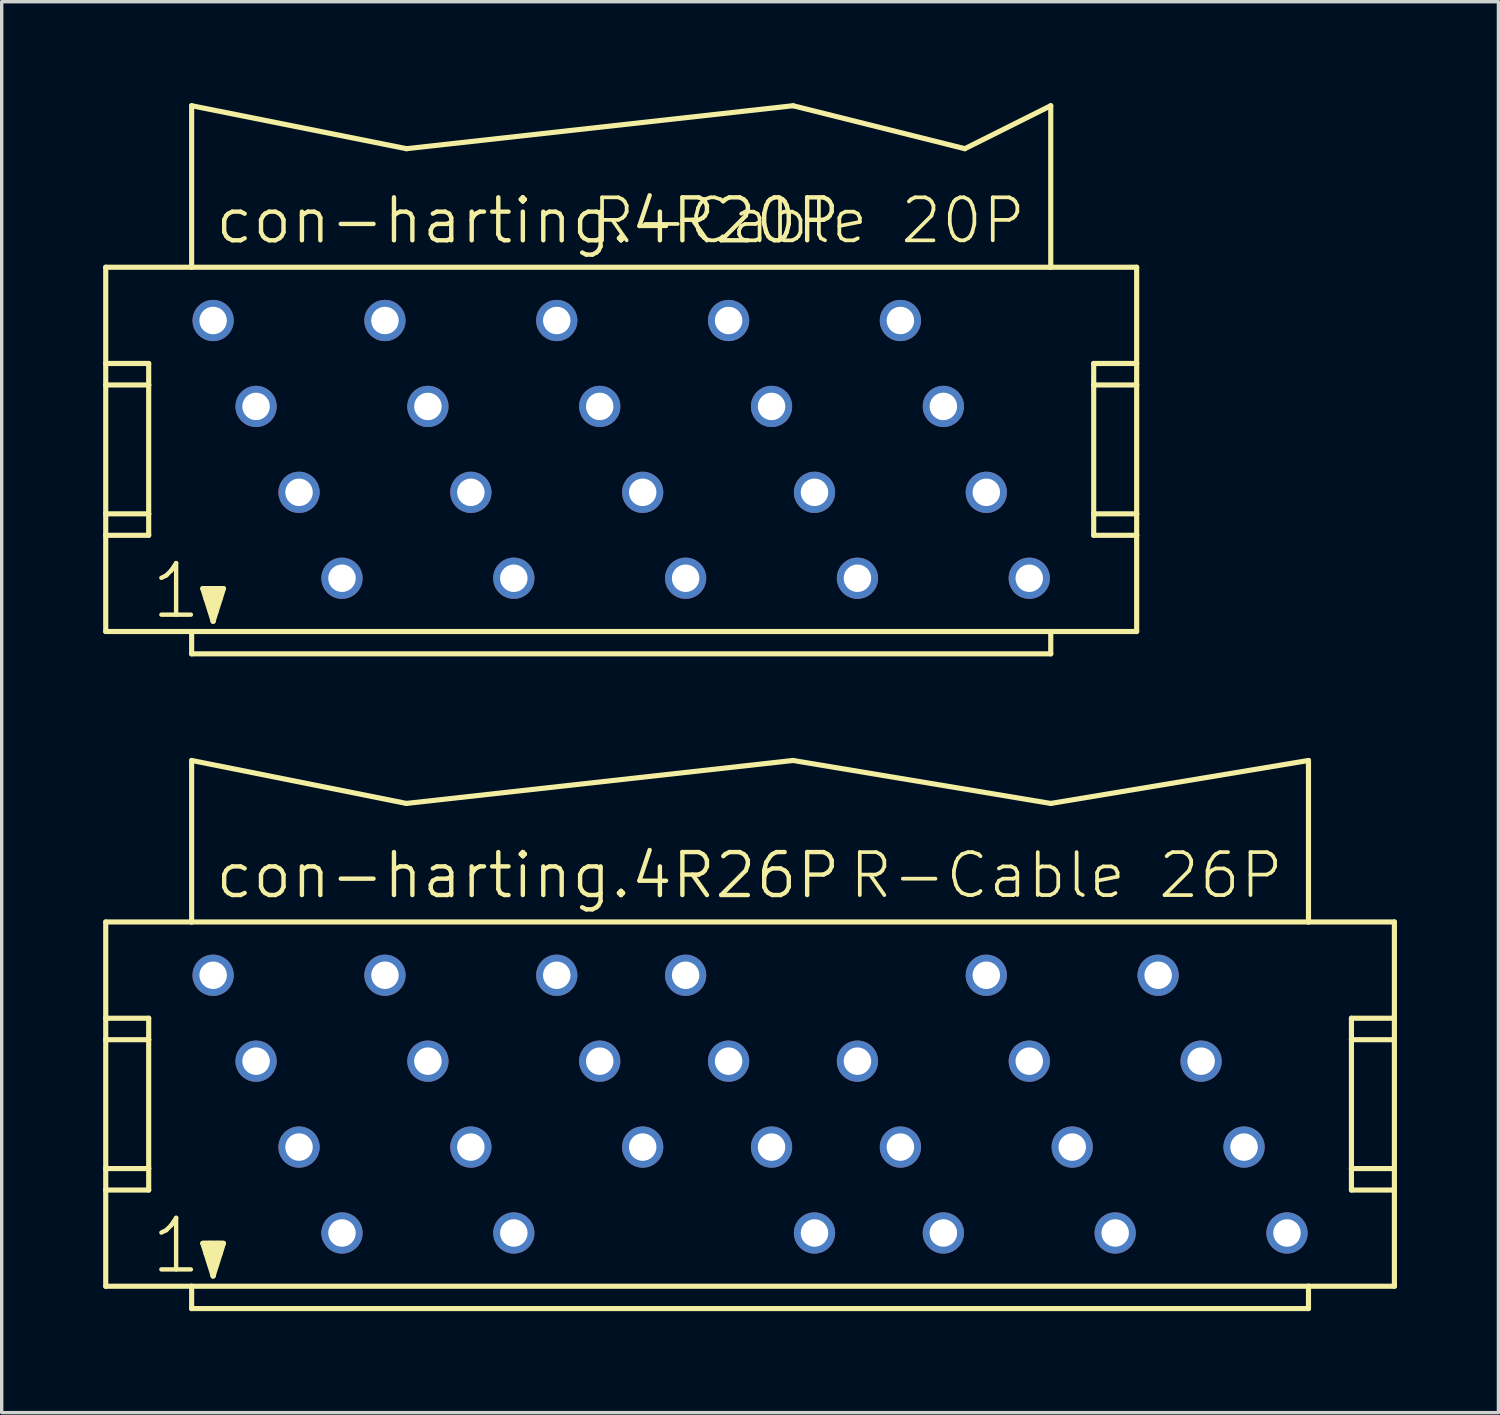
<source format=kicad_pcb>
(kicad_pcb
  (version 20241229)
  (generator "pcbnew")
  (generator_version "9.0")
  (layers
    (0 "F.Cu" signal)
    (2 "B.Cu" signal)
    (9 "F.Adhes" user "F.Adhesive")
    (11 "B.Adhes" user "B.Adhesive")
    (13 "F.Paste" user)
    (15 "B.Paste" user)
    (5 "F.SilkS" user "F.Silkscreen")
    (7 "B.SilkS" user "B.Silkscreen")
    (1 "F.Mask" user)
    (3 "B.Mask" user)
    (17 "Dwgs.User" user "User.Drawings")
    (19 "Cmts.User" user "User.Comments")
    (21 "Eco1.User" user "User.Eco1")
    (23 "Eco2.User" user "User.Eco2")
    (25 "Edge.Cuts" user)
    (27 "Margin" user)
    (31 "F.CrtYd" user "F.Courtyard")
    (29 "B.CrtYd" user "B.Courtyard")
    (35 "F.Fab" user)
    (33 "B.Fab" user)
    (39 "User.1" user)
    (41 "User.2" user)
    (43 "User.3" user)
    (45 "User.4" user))
  (footprint "con-harting.4R20P"
    (layer "F.Cu")
    (at 15.316 10.236)
    (property "Reference" "con-harting.4R20P" (at -12.065 -6.02 0) (layer "F.SilkS") (effects (font (size 1.27 1.27) (thickness 0.13)) (justify left bottom)))
    (attr through_hole)
    (fp_line (start -15.24 -5.385) (end -15.24 -2.54) (stroke (width 0.152) (type default)) (layer "F.SilkS"))
    (fp_line (start -15.24 -2.54) (end -15.24 -1.905) (stroke (width 0.152) (type default)) (layer "F.SilkS"))
    (fp_line (start -15.24 -2.54) (end -13.97 -2.54) (stroke (width 0.152) (type default)) (layer "F.SilkS"))
    (fp_line (start -15.24 -1.905) (end -15.24 1.905) (stroke (width 0.152) (type default)) (layer "F.SilkS"))
    (fp_line (start -15.24 -1.905) (end -13.97 -1.905) (stroke (width 0.152) (type default)) (layer "F.SilkS"))
    (fp_line (start -15.24 1.905) (end -15.24 2.54) (stroke (width 0.152) (type default)) (layer "F.SilkS"))
    (fp_line (start -15.24 1.905) (end -13.97 1.905) (stroke (width 0.152) (type default)) (layer "F.SilkS"))
    (fp_line (start -15.24 2.54) (end -15.24 5.385) (stroke (width 0.152) (type default)) (layer "F.SilkS"))
    (fp_line (start -15.24 5.385) (end -12.7 5.385) (stroke (width 0.152) (type default)) (layer "F.SilkS"))
    (fp_line (start -13.97 -2.54) (end -13.97 -1.905) (stroke (width 0.152) (type default)) (layer "F.SilkS"))
    (fp_line (start -13.97 -1.905) (end -13.97 1.905) (stroke (width 0.152) (type default)) (layer "F.SilkS"))
    (fp_line (start -13.97 1.905) (end -13.97 2.54) (stroke (width 0.152) (type default)) (layer "F.SilkS"))
    (fp_line (start -13.97 2.54) (end -15.24 2.54) (stroke (width 0.152) (type default)) (layer "F.SilkS"))
    (fp_line (start -12.7 -5.385) (end -15.24 -5.385) (stroke (width 0.152) (type default)) (layer "F.SilkS"))
    (fp_line (start -12.7 -5.385) (end -12.7 -10.16) (stroke (width 0.152) (type default)) (layer "F.SilkS"))
    (fp_line (start -12.7 5.385) (end 12.7 5.385) (stroke (width 0.152) (type default)) (layer "F.SilkS"))
    (fp_line (start -12.7 6.045) (end -12.7 5.385) (stroke (width 0.152) (type default)) (layer "F.SilkS"))
    (fp_line (start -12.37 4.115) (end -11.76 4.115) (stroke (width 0.152) (type default)) (layer "F.SilkS"))
    (fp_line (start -12.065 5.08) (end -12.37 4.115) (stroke (width 0.152) (type default)) (layer "F.SilkS"))
    (fp_line (start -12.065 5.08) (end -12.065 4.826) (stroke (width 0.152) (type default)) (layer "F.SilkS"))
    (fp_line (start -11.76 4.115) (end -12.065 5.08) (stroke (width 0.152) (type default)) (layer "F.SilkS"))
    (fp_line (start -6.35 -8.89) (end -12.7 -10.16) (stroke (width 0.152) (type default)) (layer "F.SilkS"))
    (fp_line (start -6.35 -8.89) (end 5.08 -10.16) (stroke (width 0.152) (type default)) (layer "F.SilkS"))
    (fp_line (start 10.16 -8.89) (end 5.08 -10.16) (stroke (width 0.152) (type default)) (layer "F.SilkS"))
    (fp_line (start 10.16 -8.89) (end 12.7 -10.16) (stroke (width 0.152) (type default)) (layer "F.SilkS"))
    (fp_line (start 12.7 -10.16) (end 12.7 -5.385) (stroke (width 0.152) (type default)) (layer "F.SilkS"))
    (fp_line (start 12.7 -5.385) (end -12.7 -5.385) (stroke (width 0.152) (type default)) (layer "F.SilkS"))
    (fp_line (start 12.7 5.385) (end 12.7 6.045) (stroke (width 0.152) (type default)) (layer "F.SilkS"))
    (fp_line (start 12.7 5.385) (end 15.24 5.385) (stroke (width 0.152) (type default)) (layer "F.SilkS"))
    (fp_line (start 12.7 6.045) (end -12.7 6.045) (stroke (width 0.152) (type default)) (layer "F.SilkS"))
    (fp_line (start 13.97 -2.54) (end 13.97 -1.905) (stroke (width 0.152) (type default)) (layer "F.SilkS"))
    (fp_line (start 13.97 -2.54) (end 15.24 -2.54) (stroke (width 0.152) (type default)) (layer "F.SilkS"))
    (fp_line (start 13.97 -1.905) (end 13.97 1.905) (stroke (width 0.152) (type default)) (layer "F.SilkS"))
    (fp_line (start 13.97 -1.905) (end 15.24 -1.905) (stroke (width 0.152) (type default)) (layer "F.SilkS"))
    (fp_line (start 13.97 1.905) (end 13.97 2.54) (stroke (width 0.152) (type default)) (layer "F.SilkS"))
    (fp_line (start 13.97 1.905) (end 15.24 1.905) (stroke (width 0.152) (type default)) (layer "F.SilkS"))
    (fp_line (start 15.24 -5.385) (end 12.7 -5.385) (stroke (width 0.152) (type default)) (layer "F.SilkS"))
    (fp_line (start 15.24 -2.54) (end 15.24 -5.385) (stroke (width 0.152) (type default)) (layer "F.SilkS"))
    (fp_line (start 15.24 -1.905) (end 15.24 -2.54) (stroke (width 0.152) (type default)) (layer "F.SilkS"))
    (fp_line (start 15.24 1.905) (end 15.24 -1.905) (stroke (width 0.152) (type default)) (layer "F.SilkS"))
    (fp_line (start 15.24 2.54) (end 13.97 2.54) (stroke (width 0.152) (type default)) (layer "F.SilkS"))
    (fp_line (start 15.24 2.54) (end 15.24 1.905) (stroke (width 0.152) (type default)) (layer "F.SilkS"))
    (fp_line (start 15.24 5.385) (end 15.24 2.54) (stroke (width 0.152) (type default)) (layer "F.SilkS"))
    (fp_rect (start -12.319 4.445) (end -12.192 4.064) (stroke (width 0.05) (type default)) (fill yes) (layer "F.SilkS"))
    (fp_rect (start -12.192 4.572) (end -11.938 4.064) (stroke (width 0.05) (type default)) (fill yes) (layer "F.SilkS"))
    (fp_rect (start -12.192 4.826) (end -11.938 4.572) (stroke (width 0.05) (type default)) (fill yes) (layer "F.SilkS"))
    (fp_rect (start -11.938 4.445) (end -11.811 4.064) (stroke (width 0.05) (type default)) (fill yes) (layer "F.SilkS"))
    (fp_text user "1" (at -13.97 5.08 0) (layer "F.SilkS") (effects (font (size 1.524 1.524) (thickness 0.13)) (justify left bottom)))
    (fp_text user "R-Cable 20P" (at -0.94 -6.02 0) (layer "F.SilkS") (effects (font (size 1.27 1.27) (thickness 0.11)) (justify left bottom)))
    (pad "1" thru_hole circle (at -12.065 -3.81) (size 1.219 1.219) (drill 0.813) (layers "*.Cu" "*.Mask"))
    (pad "2" thru_hole circle (at -10.795 -1.27) (size 1.219 1.219) (drill 0.813) (layers "*.Cu" "*.Mask"))
    (pad "3" thru_hole circle (at -9.525 1.27) (size 1.219 1.219) (drill 0.813) (layers "*.Cu" "*.Mask"))
    (pad "4" thru_hole circle (at -8.255 3.81) (size 1.219 1.219) (drill 0.813) (layers "*.Cu" "*.Mask"))
    (pad "5" thru_hole circle (at -6.985 -3.81) (size 1.219 1.219) (drill 0.813) (layers "*.Cu" "*.Mask"))
    (pad "6" thru_hole circle (at -5.715 -1.27) (size 1.219 1.219) (drill 0.813) (layers "*.Cu" "*.Mask"))
    (pad "7" thru_hole circle (at -4.445 1.27) (size 1.219 1.219) (drill 0.813) (layers "*.Cu" "*.Mask"))
    (pad "8" thru_hole circle (at -3.175 3.81) (size 1.219 1.219) (drill 0.813) (layers "*.Cu" "*.Mask"))
    (pad "9" thru_hole circle (at -1.905 -3.81) (size 1.219 1.219) (drill 0.813) (layers "*.Cu" "*.Mask"))
    (pad "10" thru_hole circle (at -0.635 -1.27) (size 1.219 1.219) (drill 0.813) (layers "*.Cu" "*.Mask"))
    (pad "11" thru_hole circle (at 0.635 1.27) (size 1.219 1.219) (drill 0.813) (layers "*.Cu" "*.Mask"))
    (pad "12" thru_hole circle (at 1.905 3.81) (size 1.219 1.219) (drill 0.813) (layers "*.Cu" "*.Mask"))
    (pad "13" thru_hole circle (at 3.175 -3.81) (size 1.219 1.219) (drill 0.813) (layers "*.Cu" "*.Mask"))
    (pad "14" thru_hole circle (at 4.445 -1.27) (size 1.219 1.219) (drill 0.813) (layers "*.Cu" "*.Mask"))
    (pad "15" thru_hole circle (at 5.715 1.27) (size 1.219 1.219) (drill 0.813) (layers "*.Cu" "*.Mask"))
    (pad "16" thru_hole circle (at 6.985 3.81) (size 1.219 1.219) (drill 0.813) (layers "*.Cu" "*.Mask"))
    (pad "17" thru_hole circle (at 8.255 -3.81) (size 1.219 1.219) (drill 0.813) (layers "*.Cu" "*.Mask"))
    (pad "18" thru_hole circle (at 9.525 -1.27) (size 1.219 1.219) (drill 0.813) (layers "*.Cu" "*.Mask"))
    (pad "19" thru_hole circle (at 10.795 1.27) (size 1.219 1.219) (drill 0.813) (layers "*.Cu" "*.Mask"))
    (pad "20" thru_hole circle (at 12.065 3.81) (size 1.219 1.219) (drill 0.813) (layers "*.Cu" "*.Mask")))
  (footprint "con-harting.4R26P"
    (layer "F.Cu")
    (at 19.126 29.594)
    (property "Reference" "con-harting.4R26P" (at -15.875 -6.02 0) (layer "F.SilkS") (effects (font (size 1.27 1.27) (thickness 0.13)) (justify left bottom)))
    (attr through_hole)
    (fp_line (start -19.05 -5.385) (end -19.05 -2.54) (stroke (width 0.152) (type default)) (layer "F.SilkS"))
    (fp_line (start -19.05 -2.54) (end -19.05 -1.905) (stroke (width 0.152) (type default)) (layer "F.SilkS"))
    (fp_line (start -19.05 -2.54) (end -17.78 -2.54) (stroke (width 0.152) (type default)) (layer "F.SilkS"))
    (fp_line (start -19.05 -1.905) (end -19.05 1.905) (stroke (width 0.152) (type default)) (layer "F.SilkS"))
    (fp_line (start -19.05 -1.905) (end -17.78 -1.905) (stroke (width 0.152) (type default)) (layer "F.SilkS"))
    (fp_line (start -19.05 1.905) (end -19.05 2.54) (stroke (width 0.152) (type default)) (layer "F.SilkS"))
    (fp_line (start -19.05 1.905) (end -17.78 1.905) (stroke (width 0.152) (type default)) (layer "F.SilkS"))
    (fp_line (start -19.05 2.54) (end -19.05 5.385) (stroke (width 0.152) (type default)) (layer "F.SilkS"))
    (fp_line (start -19.05 5.385) (end -16.51 5.385) (stroke (width 0.152) (type default)) (layer "F.SilkS"))
    (fp_line (start -17.78 -2.54) (end -17.78 -1.905) (stroke (width 0.152) (type default)) (layer "F.SilkS"))
    (fp_line (start -17.78 -1.905) (end -17.78 1.905) (stroke (width 0.152) (type default)) (layer "F.SilkS"))
    (fp_line (start -17.78 1.905) (end -17.78 2.54) (stroke (width 0.152) (type default)) (layer "F.SilkS"))
    (fp_line (start -17.78 2.54) (end -19.05 2.54) (stroke (width 0.152) (type default)) (layer "F.SilkS"))
    (fp_line (start -16.51 -5.385) (end -19.05 -5.385) (stroke (width 0.152) (type default)) (layer "F.SilkS"))
    (fp_line (start -16.51 -5.385) (end -16.51 -10.16) (stroke (width 0.152) (type default)) (layer "F.SilkS"))
    (fp_line (start -16.51 5.385) (end 16.51 5.385) (stroke (width 0.152) (type default)) (layer "F.SilkS"))
    (fp_line (start -16.51 6.045) (end -16.51 5.385) (stroke (width 0.152) (type default)) (layer "F.SilkS"))
    (fp_line (start -16.18 4.115) (end -15.57 4.115) (stroke (width 0.152) (type default)) (layer "F.SilkS"))
    (fp_line (start -15.875 5.08) (end -16.18 4.115) (stroke (width 0.152) (type default)) (layer "F.SilkS"))
    (fp_line (start -15.875 5.08) (end -15.875 4.826) (stroke (width 0.152) (type default)) (layer "F.SilkS"))
    (fp_line (start -15.57 4.115) (end -15.875 5.08) (stroke (width 0.152) (type default)) (layer "F.SilkS"))
    (fp_line (start -10.16 -8.89) (end -16.51 -10.16) (stroke (width 0.152) (type default)) (layer "F.SilkS"))
    (fp_line (start -10.16 -8.89) (end 1.27 -10.16) (stroke (width 0.152) (type default)) (layer "F.SilkS"))
    (fp_line (start 8.89 -8.89) (end 1.27 -10.16) (stroke (width 0.152) (type default)) (layer "F.SilkS"))
    (fp_line (start 8.89 -8.89) (end 16.51 -10.16) (stroke (width 0.152) (type default)) (layer "F.SilkS"))
    (fp_line (start 16.51 -10.16) (end 16.51 -5.385) (stroke (width 0.152) (type default)) (layer "F.SilkS"))
    (fp_line (start 16.51 -5.385) (end -16.51 -5.385) (stroke (width 0.152) (type default)) (layer "F.SilkS"))
    (fp_line (start 16.51 5.385) (end 16.51 6.045) (stroke (width 0.152) (type default)) (layer "F.SilkS"))
    (fp_line (start 16.51 5.385) (end 19.05 5.385) (stroke (width 0.152) (type default)) (layer "F.SilkS"))
    (fp_line (start 16.51 6.045) (end -16.51 6.045) (stroke (width 0.152) (type default)) (layer "F.SilkS"))
    (fp_line (start 17.78 -2.54) (end 17.78 -1.905) (stroke (width 0.152) (type default)) (layer "F.SilkS"))
    (fp_line (start 17.78 -2.54) (end 19.05 -2.54) (stroke (width 0.152) (type default)) (layer "F.SilkS"))
    (fp_line (start 17.78 -1.905) (end 17.78 1.905) (stroke (width 0.152) (type default)) (layer "F.SilkS"))
    (fp_line (start 17.78 -1.905) (end 19.05 -1.905) (stroke (width 0.152) (type default)) (layer "F.SilkS"))
    (fp_line (start 17.78 1.905) (end 17.78 2.54) (stroke (width 0.152) (type default)) (layer "F.SilkS"))
    (fp_line (start 17.78 1.905) (end 19.05 1.905) (stroke (width 0.152) (type default)) (layer "F.SilkS"))
    (fp_line (start 19.05 -5.385) (end 16.51 -5.385) (stroke (width 0.152) (type default)) (layer "F.SilkS"))
    (fp_line (start 19.05 -2.54) (end 19.05 -5.385) (stroke (width 0.152) (type default)) (layer "F.SilkS"))
    (fp_line (start 19.05 -1.905) (end 19.05 -2.54) (stroke (width 0.152) (type default)) (layer "F.SilkS"))
    (fp_line (start 19.05 1.905) (end 19.05 -1.905) (stroke (width 0.152) (type default)) (layer "F.SilkS"))
    (fp_line (start 19.05 2.54) (end 17.78 2.54) (stroke (width 0.152) (type default)) (layer "F.SilkS"))
    (fp_line (start 19.05 2.54) (end 19.05 1.905) (stroke (width 0.152) (type default)) (layer "F.SilkS"))
    (fp_line (start 19.05 5.385) (end 19.05 2.54) (stroke (width 0.152) (type default)) (layer "F.SilkS"))
    (fp_rect (start -16.129 4.445) (end -16.002 4.064) (stroke (width 0.05) (type default)) (fill yes) (layer "F.SilkS"))
    (fp_rect (start -16.002 4.572) (end -15.748 4.064) (stroke (width 0.05) (type default)) (fill yes) (layer "F.SilkS"))
    (fp_rect (start -16.002 4.826) (end -15.748 4.572) (stroke (width 0.05) (type default)) (fill yes) (layer "F.SilkS"))
    (fp_rect (start -15.748 4.445) (end -15.621 4.064) (stroke (width 0.05) (type default)) (fill yes) (layer "F.SilkS"))
    (fp_text user "1" (at -17.78 5.08 0) (layer "F.SilkS") (effects (font (size 1.524 1.524) (thickness 0.13)) (justify left bottom)))
    (fp_text user "R-Cable 26P" (at 2.87 -6.02 0) (layer "F.SilkS") (effects (font (size 1.27 1.27) (thickness 0.11)) (justify left bottom)))
    (pad "1" thru_hole circle (at -15.875 -3.81) (size 1.219 1.219) (drill 0.813) (layers "*.Cu" "*.Mask"))
    (pad "2" thru_hole circle (at -14.605 -1.27) (size 1.219 1.219) (drill 0.813) (layers "*.Cu" "*.Mask"))
    (pad "3" thru_hole circle (at -13.335 1.27) (size 1.219 1.219) (drill 0.813) (layers "*.Cu" "*.Mask"))
    (pad "4" thru_hole circle (at -12.065 3.81) (size 1.219 1.219) (drill 0.813) (layers "*.Cu" "*.Mask"))
    (pad "5" thru_hole circle (at -10.795 -3.81) (size 1.219 1.219) (drill 0.813) (layers "*.Cu" "*.Mask"))
    (pad "6" thru_hole circle (at -9.525 -1.27) (size 1.219 1.219) (drill 0.813) (layers "*.Cu" "*.Mask"))
    (pad "7" thru_hole circle (at -8.255 1.27) (size 1.219 1.219) (drill 0.813) (layers "*.Cu" "*.Mask"))
    (pad "8" thru_hole circle (at -6.985 3.81) (size 1.219 1.219) (drill 0.813) (layers "*.Cu" "*.Mask"))
    (pad "9" thru_hole circle (at -5.715 -3.81) (size 1.219 1.219) (drill 0.813) (layers "*.Cu" "*.Mask"))
    (pad "10" thru_hole circle (at -4.445 -1.27) (size 1.219 1.219) (drill 0.813) (layers "*.Cu" "*.Mask"))
    (pad "11" thru_hole circle (at -3.175 1.27) (size 1.219 1.219) (drill 0.813) (layers "*.Cu" "*.Mask"))
    (pad "12" thru_hole circle (at -1.905 -3.81) (size 1.219 1.219) (drill 0.813) (layers "*.Cu" "*.Mask"))
    (pad "13" thru_hole circle (at -0.635 -1.27) (size 1.219 1.219) (drill 0.813) (layers "*.Cu" "*.Mask"))
    (pad "14" thru_hole circle (at 0.635 1.27) (size 1.219 1.219) (drill 0.813) (layers "*.Cu" "*.Mask"))
    (pad "15" thru_hole circle (at 1.905 3.81) (size 1.219 1.219) (drill 0.813) (layers "*.Cu" "*.Mask"))
    (pad "16" thru_hole circle (at 3.175 -1.27) (size 1.219 1.219) (drill 0.813) (layers "*.Cu" "*.Mask"))
    (pad "17" thru_hole circle (at 4.445 1.27) (size 1.219 1.219) (drill 0.813) (layers "*.Cu" "*.Mask"))
    (pad "18" thru_hole circle (at 5.715 3.81) (size 1.219 1.219) (drill 0.813) (layers "*.Cu" "*.Mask"))
    (pad "19" thru_hole circle (at 6.985 -3.81) (size 1.219 1.219) (drill 0.813) (layers "*.Cu" "*.Mask"))
    (pad "20" thru_hole circle (at 8.255 -1.27) (size 1.219 1.219) (drill 0.813) (layers "*.Cu" "*.Mask"))
    (pad "21" thru_hole circle (at 9.525 1.27) (size 1.219 1.219) (drill 0.813) (layers "*.Cu" "*.Mask"))
    (pad "22" thru_hole circle (at 10.795 3.81) (size 1.219 1.219) (drill 0.813) (layers "*.Cu" "*.Mask"))
    (pad "23" thru_hole circle (at 12.065 -3.81) (size 1.219 1.219) (drill 0.813) (layers "*.Cu" "*.Mask"))
    (pad "24" thru_hole circle (at 13.335 -1.27) (size 1.219 1.219) (drill 0.813) (layers "*.Cu" "*.Mask"))
    (pad "25" thru_hole circle (at 14.605 1.27) (size 1.219 1.219) (drill 0.813) (layers "*.Cu" "*.Mask"))
    (pad "26" thru_hole circle (at 15.875 3.81) (size 1.219 1.219) (drill 0.813) (layers "*.Cu" "*.Mask")))
  (gr_rect
    (start -3 -3)
    (end 41.252 38.715)
    (stroke (width 0.1) (type default))
    (fill no)
    (layer "Edge.Cuts")))
</source>
